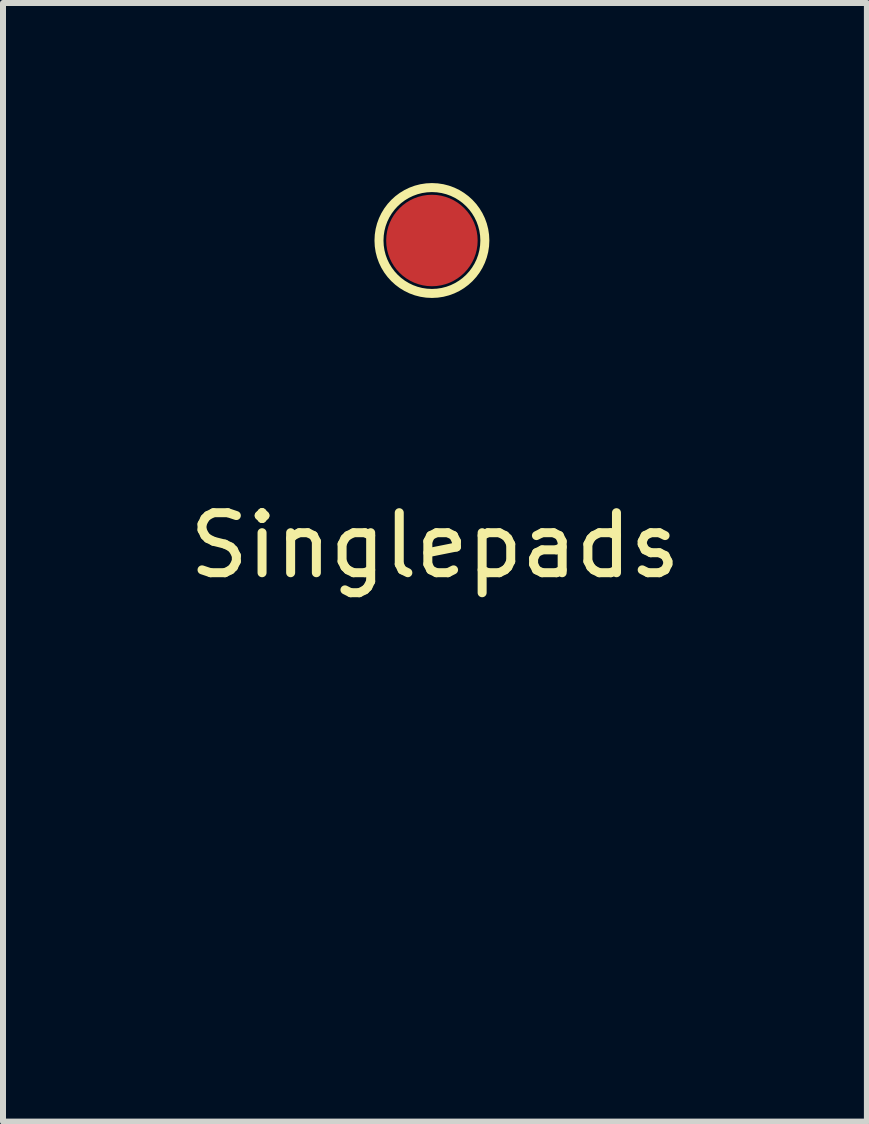
<source format=kicad_pcb>
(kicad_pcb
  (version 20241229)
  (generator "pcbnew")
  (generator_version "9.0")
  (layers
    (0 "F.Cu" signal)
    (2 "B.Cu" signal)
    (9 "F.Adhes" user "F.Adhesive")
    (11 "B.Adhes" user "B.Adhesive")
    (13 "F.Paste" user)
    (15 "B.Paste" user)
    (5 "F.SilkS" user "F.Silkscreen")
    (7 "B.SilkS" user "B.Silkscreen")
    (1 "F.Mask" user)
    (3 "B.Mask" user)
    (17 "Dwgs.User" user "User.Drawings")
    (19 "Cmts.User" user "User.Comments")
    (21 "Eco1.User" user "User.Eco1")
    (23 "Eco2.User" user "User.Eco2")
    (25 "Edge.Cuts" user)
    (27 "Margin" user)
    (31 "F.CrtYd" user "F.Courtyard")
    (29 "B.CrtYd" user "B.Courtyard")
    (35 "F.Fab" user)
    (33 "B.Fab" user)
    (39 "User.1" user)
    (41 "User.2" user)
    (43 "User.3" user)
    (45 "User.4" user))
  (footprint "Singlepads"
    (layer "F.Cu")
    (at 4.146 12.387)
    (property "Reference" "Singlepads" (at 0.051 -6.35 0) (unlocked yes) (layer "F.SilkS") (effects (font (size 1 1) (thickness 0.15))))
    (attr through_hole)
    (fp_circle (center 0 -11.43) (end 0.762 -11.874) (stroke (width 0.15) (type solid)) (fill no) (layer "F.SilkS"))
    (pad "1" smd circle (at 0 -11.43) (size 1.524 1.524) (layers "F.Cu" "F.Mask" "F.Paste")))
  (gr_rect
    (start -3 -3)
    (end 11.393 15.637)
    (stroke (width 0.1) (type default))
    (fill no)
    (layer "Edge.Cuts")))
</source>
